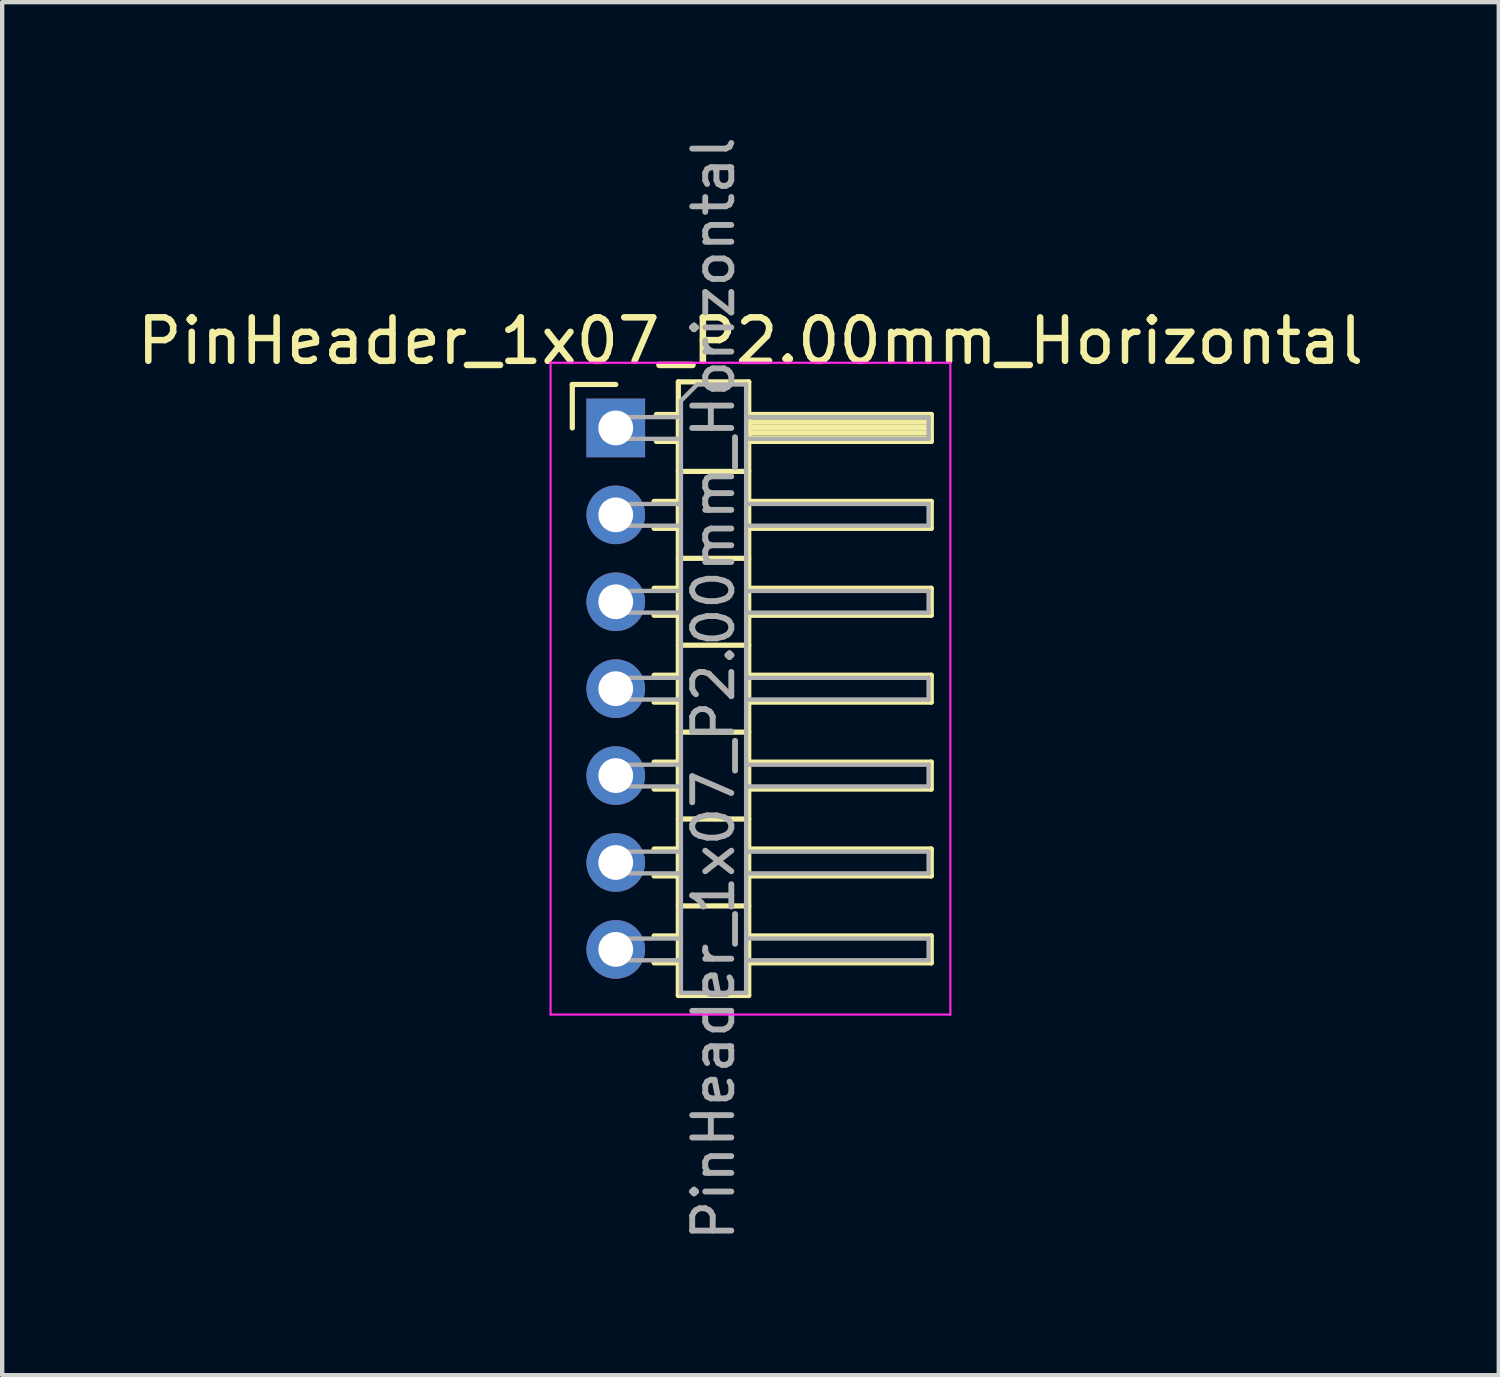
<source format=kicad_pcb>
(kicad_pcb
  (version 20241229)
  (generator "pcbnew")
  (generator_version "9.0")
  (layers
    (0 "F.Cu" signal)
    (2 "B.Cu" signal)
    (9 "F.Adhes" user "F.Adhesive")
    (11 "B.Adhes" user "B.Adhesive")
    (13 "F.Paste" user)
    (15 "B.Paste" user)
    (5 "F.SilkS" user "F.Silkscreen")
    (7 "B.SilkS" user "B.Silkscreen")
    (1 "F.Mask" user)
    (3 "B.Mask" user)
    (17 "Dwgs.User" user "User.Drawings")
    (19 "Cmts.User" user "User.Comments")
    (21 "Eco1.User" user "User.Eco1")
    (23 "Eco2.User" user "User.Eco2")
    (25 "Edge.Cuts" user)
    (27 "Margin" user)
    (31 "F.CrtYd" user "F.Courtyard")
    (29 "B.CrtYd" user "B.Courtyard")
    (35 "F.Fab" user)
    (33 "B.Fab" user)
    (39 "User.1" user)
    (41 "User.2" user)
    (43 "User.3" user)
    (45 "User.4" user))
  (footprint "PinHeader_1x07_P2.00mm_Horizontal"
    (layer "F.Cu")
    (at 11.12 6.798)
    (property "Reference" "PinHeader_1x07_P2.00mm_Horizontal" (at 3.1 -2 0) (layer "F.SilkS") (effects (font (size 1 1) (thickness 0.15))))
    (attr through_hole)
    (fp_line (start -1 -1) (end 0 -1) (stroke (width 0.12) (type solid)) (layer "F.SilkS"))
    (fp_line (start -1 0) (end -1 -1) (stroke (width 0.12) (type solid)) (layer "F.SilkS"))
    (fp_line (start 0.882 1.69) (end 1.44 1.69) (stroke (width 0.12) (type solid)) (layer "F.SilkS"))
    (fp_line (start 0.882 2.31) (end 1.44 2.31) (stroke (width 0.12) (type solid)) (layer "F.SilkS"))
    (fp_line (start 0.882 3.69) (end 1.44 3.69) (stroke (width 0.12) (type solid)) (layer "F.SilkS"))
    (fp_line (start 0.882 4.31) (end 1.44 4.31) (stroke (width 0.12) (type solid)) (layer "F.SilkS"))
    (fp_line (start 0.882 5.69) (end 1.44 5.69) (stroke (width 0.12) (type solid)) (layer "F.SilkS"))
    (fp_line (start 0.882 6.31) (end 1.44 6.31) (stroke (width 0.12) (type solid)) (layer "F.SilkS"))
    (fp_line (start 0.882 7.69) (end 1.44 7.69) (stroke (width 0.12) (type solid)) (layer "F.SilkS"))
    (fp_line (start 0.882 8.31) (end 1.44 8.31) (stroke (width 0.12) (type solid)) (layer "F.SilkS"))
    (fp_line (start 0.882 9.69) (end 1.44 9.69) (stroke (width 0.12) (type solid)) (layer "F.SilkS"))
    (fp_line (start 0.882 10.31) (end 1.44 10.31) (stroke (width 0.12) (type solid)) (layer "F.SilkS"))
    (fp_line (start 0.882 11.69) (end 1.44 11.69) (stroke (width 0.12) (type solid)) (layer "F.SilkS"))
    (fp_line (start 0.882 12.31) (end 1.44 12.31) (stroke (width 0.12) (type solid)) (layer "F.SilkS"))
    (fp_line (start 0.935 -0.31) (end 1.44 -0.31) (stroke (width 0.12) (type solid)) (layer "F.SilkS"))
    (fp_line (start 0.935 0.31) (end 1.44 0.31) (stroke (width 0.12) (type solid)) (layer "F.SilkS"))
    (fp_line (start 1.44 -1.06) (end 1.44 13.06) (stroke (width 0.12) (type solid)) (layer "F.SilkS"))
    (fp_line (start 1.44 1) (end 3.06 1) (stroke (width 0.12) (type solid)) (layer "F.SilkS"))
    (fp_line (start 1.44 3) (end 3.06 3) (stroke (width 0.12) (type solid)) (layer "F.SilkS"))
    (fp_line (start 1.44 5) (end 3.06 5) (stroke (width 0.12) (type solid)) (layer "F.SilkS"))
    (fp_line (start 1.44 7) (end 3.06 7) (stroke (width 0.12) (type solid)) (layer "F.SilkS"))
    (fp_line (start 1.44 9) (end 3.06 9) (stroke (width 0.12) (type solid)) (layer "F.SilkS"))
    (fp_line (start 1.44 11) (end 3.06 11) (stroke (width 0.12) (type solid)) (layer "F.SilkS"))
    (fp_line (start 1.44 13.06) (end 3.06 13.06) (stroke (width 0.12) (type solid)) (layer "F.SilkS"))
    (fp_line (start 3.06 -1.06) (end 1.44 -1.06) (stroke (width 0.12) (type solid)) (layer "F.SilkS"))
    (fp_line (start 3.06 -0.31) (end 7.26 -0.31) (stroke (width 0.12) (type solid)) (layer "F.SilkS"))
    (fp_line (start 3.06 -0.25) (end 7.26 -0.25) (stroke (width 0.12) (type solid)) (layer "F.SilkS"))
    (fp_line (start 3.06 -0.13) (end 7.26 -0.13) (stroke (width 0.12) (type solid)) (layer "F.SilkS"))
    (fp_line (start 3.06 -0.01) (end 7.26 -0.01) (stroke (width 0.12) (type solid)) (layer "F.SilkS"))
    (fp_line (start 3.06 0.11) (end 7.26 0.11) (stroke (width 0.12) (type solid)) (layer "F.SilkS"))
    (fp_line (start 3.06 0.23) (end 7.26 0.23) (stroke (width 0.12) (type solid)) (layer "F.SilkS"))
    (fp_line (start 3.06 1.69) (end 7.26 1.69) (stroke (width 0.12) (type solid)) (layer "F.SilkS"))
    (fp_line (start 3.06 3.69) (end 7.26 3.69) (stroke (width 0.12) (type solid)) (layer "F.SilkS"))
    (fp_line (start 3.06 5.69) (end 7.26 5.69) (stroke (width 0.12) (type solid)) (layer "F.SilkS"))
    (fp_line (start 3.06 7.69) (end 7.26 7.69) (stroke (width 0.12) (type solid)) (layer "F.SilkS"))
    (fp_line (start 3.06 9.69) (end 7.26 9.69) (stroke (width 0.12) (type solid)) (layer "F.SilkS"))
    (fp_line (start 3.06 11.69) (end 7.26 11.69) (stroke (width 0.12) (type solid)) (layer "F.SilkS"))
    (fp_line (start 3.06 13.06) (end 3.06 -1.06) (stroke (width 0.12) (type solid)) (layer "F.SilkS"))
    (fp_line (start 7.26 -0.31) (end 7.26 0.31) (stroke (width 0.12) (type solid)) (layer "F.SilkS"))
    (fp_line (start 7.26 0.31) (end 3.06 0.31) (stroke (width 0.12) (type solid)) (layer "F.SilkS"))
    (fp_line (start 7.26 1.69) (end 7.26 2.31) (stroke (width 0.12) (type solid)) (layer "F.SilkS"))
    (fp_line (start 7.26 2.31) (end 3.06 2.31) (stroke (width 0.12) (type solid)) (layer "F.SilkS"))
    (fp_line (start 7.26 3.69) (end 7.26 4.31) (stroke (width 0.12) (type solid)) (layer "F.SilkS"))
    (fp_line (start 7.26 4.31) (end 3.06 4.31) (stroke (width 0.12) (type solid)) (layer "F.SilkS"))
    (fp_line (start 7.26 5.69) (end 7.26 6.31) (stroke (width 0.12) (type solid)) (layer "F.SilkS"))
    (fp_line (start 7.26 6.31) (end 3.06 6.31) (stroke (width 0.12) (type solid)) (layer "F.SilkS"))
    (fp_line (start 7.26 7.69) (end 7.26 8.31) (stroke (width 0.12) (type solid)) (layer "F.SilkS"))
    (fp_line (start 7.26 8.31) (end 3.06 8.31) (stroke (width 0.12) (type solid)) (layer "F.SilkS"))
    (fp_line (start 7.26 9.69) (end 7.26 10.31) (stroke (width 0.12) (type solid)) (layer "F.SilkS"))
    (fp_line (start 7.26 10.31) (end 3.06 10.31) (stroke (width 0.12) (type solid)) (layer "F.SilkS"))
    (fp_line (start 7.26 11.69) (end 7.26 12.31) (stroke (width 0.12) (type solid)) (layer "F.SilkS"))
    (fp_line (start 7.26 12.31) (end 3.06 12.31) (stroke (width 0.12) (type solid)) (layer "F.SilkS"))
    (fp_line (start -1.5 -1.5) (end -1.5 13.5) (stroke (width 0.05) (type solid)) (layer "F.CrtYd"))
    (fp_line (start -1.5 13.5) (end 7.7 13.5) (stroke (width 0.05) (type solid)) (layer "F.CrtYd"))
    (fp_line (start 7.7 -1.5) (end -1.5 -1.5) (stroke (width 0.05) (type solid)) (layer "F.CrtYd"))
    (fp_line (start 7.7 13.5) (end 7.7 -1.5) (stroke (width 0.05) (type solid)) (layer "F.CrtYd"))
    (fp_line (start -0.25 -0.25) (end -0.25 0.25) (stroke (width 0.1) (type solid)) (layer "F.Fab"))
    (fp_line (start -0.25 -0.25) (end 1.5 -0.25) (stroke (width 0.1) (type solid)) (layer "F.Fab"))
    (fp_line (start -0.25 0.25) (end 1.5 0.25) (stroke (width 0.1) (type solid)) (layer "F.Fab"))
    (fp_line (start -0.25 1.75) (end -0.25 2.25) (stroke (width 0.1) (type solid)) (layer "F.Fab"))
    (fp_line (start -0.25 1.75) (end 1.5 1.75) (stroke (width 0.1) (type solid)) (layer "F.Fab"))
    (fp_line (start -0.25 2.25) (end 1.5 2.25) (stroke (width 0.1) (type solid)) (layer "F.Fab"))
    (fp_line (start -0.25 3.75) (end -0.25 4.25) (stroke (width 0.1) (type solid)) (layer "F.Fab"))
    (fp_line (start -0.25 3.75) (end 1.5 3.75) (stroke (width 0.1) (type solid)) (layer "F.Fab"))
    (fp_line (start -0.25 4.25) (end 1.5 4.25) (stroke (width 0.1) (type solid)) (layer "F.Fab"))
    (fp_line (start -0.25 5.75) (end -0.25 6.25) (stroke (width 0.1) (type solid)) (layer "F.Fab"))
    (fp_line (start -0.25 5.75) (end 1.5 5.75) (stroke (width 0.1) (type solid)) (layer "F.Fab"))
    (fp_line (start -0.25 6.25) (end 1.5 6.25) (stroke (width 0.1) (type solid)) (layer "F.Fab"))
    (fp_line (start -0.25 7.75) (end -0.25 8.25) (stroke (width 0.1) (type solid)) (layer "F.Fab"))
    (fp_line (start -0.25 7.75) (end 1.5 7.75) (stroke (width 0.1) (type solid)) (layer "F.Fab"))
    (fp_line (start -0.25 8.25) (end 1.5 8.25) (stroke (width 0.1) (type solid)) (layer "F.Fab"))
    (fp_line (start -0.25 9.75) (end -0.25 10.25) (stroke (width 0.1) (type solid)) (layer "F.Fab"))
    (fp_line (start -0.25 9.75) (end 1.5 9.75) (stroke (width 0.1) (type solid)) (layer "F.Fab"))
    (fp_line (start -0.25 10.25) (end 1.5 10.25) (stroke (width 0.1) (type solid)) (layer "F.Fab"))
    (fp_line (start -0.25 11.75) (end -0.25 12.25) (stroke (width 0.1) (type solid)) (layer "F.Fab"))
    (fp_line (start -0.25 11.75) (end 1.5 11.75) (stroke (width 0.1) (type solid)) (layer "F.Fab"))
    (fp_line (start -0.25 12.25) (end 1.5 12.25) (stroke (width 0.1) (type solid)) (layer "F.Fab"))
    (fp_line (start 1.5 -0.625) (end 1.875 -1) (stroke (width 0.1) (type solid)) (layer "F.Fab"))
    (fp_line (start 1.5 13) (end 1.5 -0.625) (stroke (width 0.1) (type solid)) (layer "F.Fab"))
    (fp_line (start 1.875 -1) (end 3 -1) (stroke (width 0.1) (type solid)) (layer "F.Fab"))
    (fp_line (start 3 -1) (end 3 13) (stroke (width 0.1) (type solid)) (layer "F.Fab"))
    (fp_line (start 3 -0.25) (end 7.2 -0.25) (stroke (width 0.1) (type solid)) (layer "F.Fab"))
    (fp_line (start 3 0.25) (end 7.2 0.25) (stroke (width 0.1) (type solid)) (layer "F.Fab"))
    (fp_line (start 3 1.75) (end 7.2 1.75) (stroke (width 0.1) (type solid)) (layer "F.Fab"))
    (fp_line (start 3 2.25) (end 7.2 2.25) (stroke (width 0.1) (type solid)) (layer "F.Fab"))
    (fp_line (start 3 3.75) (end 7.2 3.75) (stroke (width 0.1) (type solid)) (layer "F.Fab"))
    (fp_line (start 3 4.25) (end 7.2 4.25) (stroke (width 0.1) (type solid)) (layer "F.Fab"))
    (fp_line (start 3 5.75) (end 7.2 5.75) (stroke (width 0.1) (type solid)) (layer "F.Fab"))
    (fp_line (start 3 6.25) (end 7.2 6.25) (stroke (width 0.1) (type solid)) (layer "F.Fab"))
    (fp_line (start 3 7.75) (end 7.2 7.75) (stroke (width 0.1) (type solid)) (layer "F.Fab"))
    (fp_line (start 3 8.25) (end 7.2 8.25) (stroke (width 0.1) (type solid)) (layer "F.Fab"))
    (fp_line (start 3 9.75) (end 7.2 9.75) (stroke (width 0.1) (type solid)) (layer "F.Fab"))
    (fp_line (start 3 10.25) (end 7.2 10.25) (stroke (width 0.1) (type solid)) (layer "F.Fab"))
    (fp_line (start 3 11.75) (end 7.2 11.75) (stroke (width 0.1) (type solid)) (layer "F.Fab"))
    (fp_line (start 3 12.25) (end 7.2 12.25) (stroke (width 0.1) (type solid)) (layer "F.Fab"))
    (fp_line (start 3 13) (end 1.5 13) (stroke (width 0.1) (type solid)) (layer "F.Fab"))
    (fp_line (start 7.2 -0.25) (end 7.2 0.25) (stroke (width 0.1) (type solid)) (layer "F.Fab"))
    (fp_line (start 7.2 1.75) (end 7.2 2.25) (stroke (width 0.1) (type solid)) (layer "F.Fab"))
    (fp_line (start 7.2 3.75) (end 7.2 4.25) (stroke (width 0.1) (type solid)) (layer "F.Fab"))
    (fp_line (start 7.2 5.75) (end 7.2 6.25) (stroke (width 0.1) (type solid)) (layer "F.Fab"))
    (fp_line (start 7.2 7.75) (end 7.2 8.25) (stroke (width 0.1) (type solid)) (layer "F.Fab"))
    (fp_line (start 7.2 9.75) (end 7.2 10.25) (stroke (width 0.1) (type solid)) (layer "F.Fab"))
    (fp_line (start 7.2 11.75) (end 7.2 12.25) (stroke (width 0.1) (type solid)) (layer "F.Fab"))
    (fp_text user "${REFERENCE}" (at 2.25 6 90) (layer "F.Fab") (effects (font (size 0.9 0.9) (thickness 0.135))))
    (pad "1" thru_hole rect (at 0 0) (size 1.35 1.35) (drill 0.8) (layers "*.Cu" "*.Mask"))
    (pad "2" thru_hole oval (at 0 2) (size 1.35 1.35) (drill 0.8) (layers "*.Cu" "*.Mask"))
    (pad "3" thru_hole oval (at 0 4) (size 1.35 1.35) (drill 0.8) (layers "*.Cu" "*.Mask"))
    (pad "4" thru_hole oval (at 0 6) (size 1.35 1.35) (drill 0.8) (layers "*.Cu" "*.Mask"))
    (pad "5" thru_hole oval (at 0 8) (size 1.35 1.35) (drill 0.8) (layers "*.Cu" "*.Mask"))
    (pad "6" thru_hole oval (at 0 10) (size 1.35 1.35) (drill 0.8) (layers "*.Cu" "*.Mask"))
    (pad "7" thru_hole oval (at 0 12) (size 1.35 1.35) (drill 0.8) (layers "*.Cu" "*.Mask")))
  (gr_rect
    (start -3 -3)
    (end 31.44 28.596)
    (stroke (width 0.1) (type default))
    (fill no)
    (layer "Edge.Cuts")))
</source>
